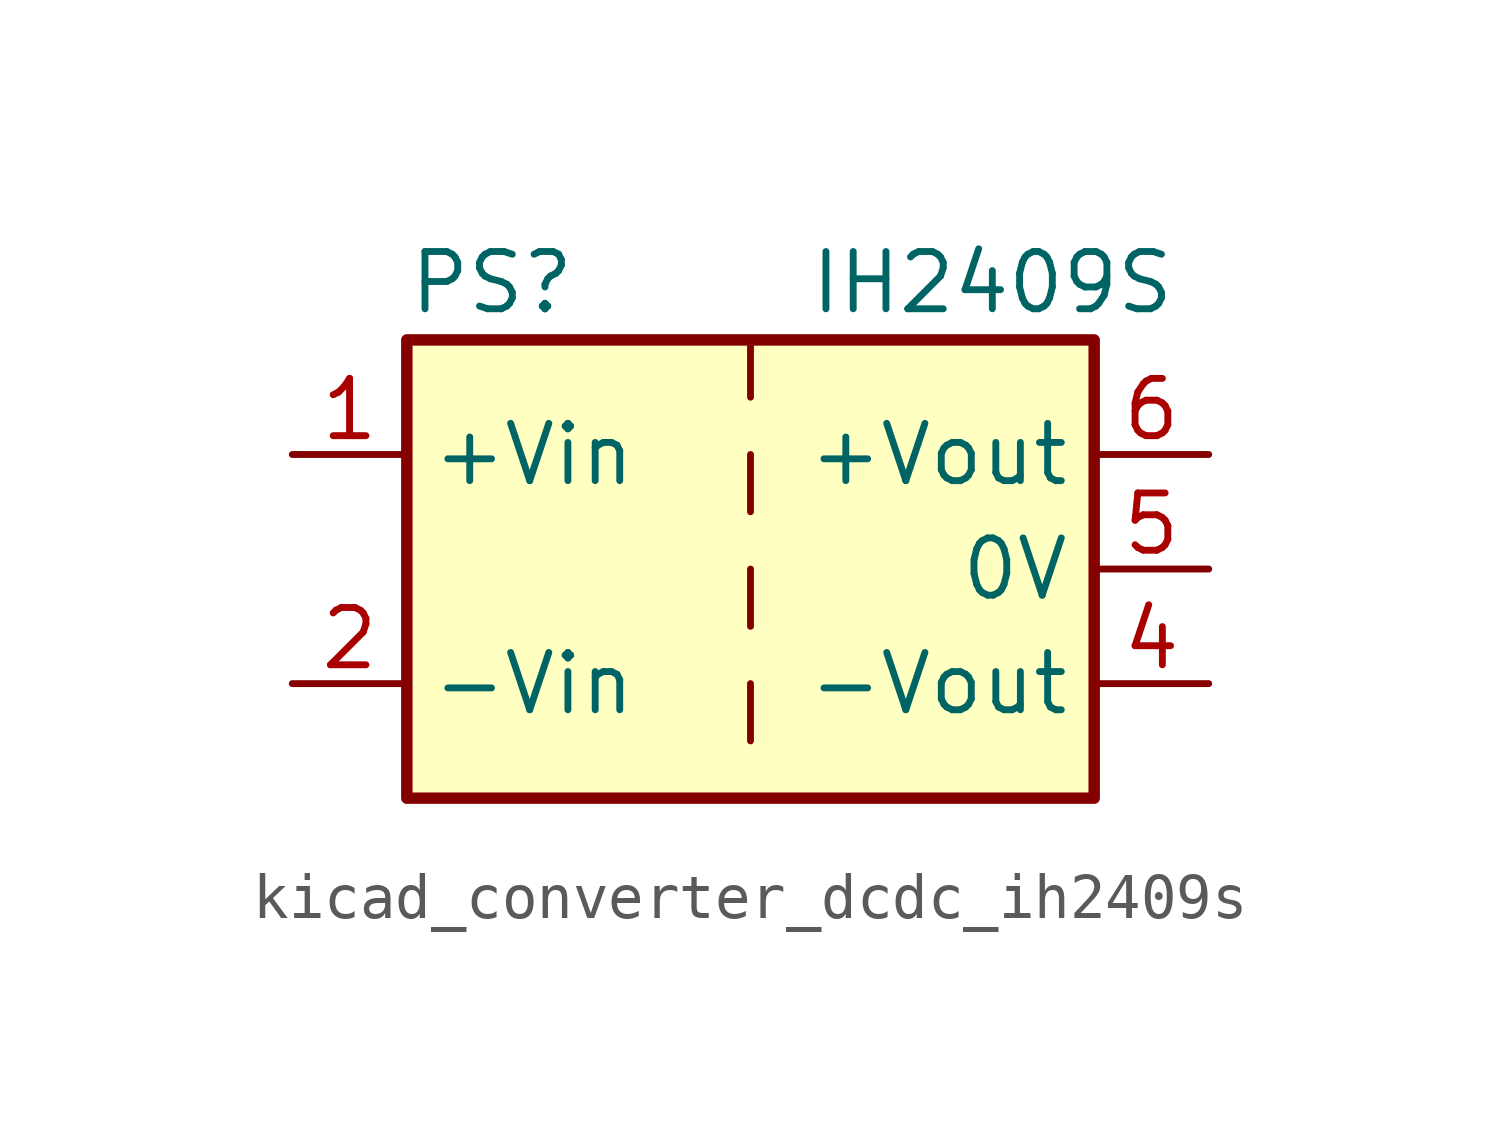
<source format=kicad_sym>
(kicad_symbol_lib
  (version 20220914)
  (generator kicad_symbol_editor)
  (symbol "kicad_converter_dcdc_ih2409s"
    (property "Reference" "PS"
      (at -7.62 6.35 0)
      (effects (font (size 1.27 1.27)) (justify left)))
    (property "Value" "IH2409S"
      (at 1.27 6.35 0)
      (effects (font (size 1.27 1.27)) (justify left)))
    (symbol "kicad_converter_dcdc_ih2409s_0_0"
      (pin power_in line (at -10.16 2.54 0) (length 2.54) (name "+Vin" (effects (font (size 1.27 1.27)))) (number "1" (effects (font (size 1.27 1.27)))))
      (pin power_in line (at -10.16 -2.54 0) (length 2.54) (name "-Vin" (effects (font (size 1.27 1.27)))) (number "2" (effects (font (size 1.27 1.27)))))
      (pin power_out line (at 10.16 -2.54 180) (length 2.54) (name "-Vout" (effects (font (size 1.27 1.27)))) (number "4" (effects (font (size 1.27 1.27)))))
      (pin power_out line (at 10.16 0 180) (length 2.54) (name "0V" (effects (font (size 1.27 1.27)))) (number "5" (effects (font (size 1.27 1.27)))))
      (pin power_out line (at 10.16 2.54 180) (length 2.54) (name "+Vout" (effects (font (size 1.27 1.27)))) (number "6" (effects (font (size 1.27 1.27))))))
    (symbol "kicad_converter_dcdc_ih2409s_0_1"
      (rectangle (start -7.62 5.08) (end 7.62 -5.08) (stroke (width 0.254) (type default)) (fill (type background)))
      (polyline (pts (xy 0 -2.54) (xy 0 -3.81)) (stroke (width 0) (type default)) (fill (type none)))
      (polyline (pts (xy 0 0) (xy 0 -1.27)) (stroke (width 0) (type default)) (fill (type none)))
      (polyline (pts (xy 0 2.54) (xy 0 1.27)) (stroke (width 0) (type default)) (fill (type none)))
      (polyline (pts (xy 0 5.08) (xy 0 3.81)) (stroke (width 0) (type default)) (fill (type none))))))
</source>
